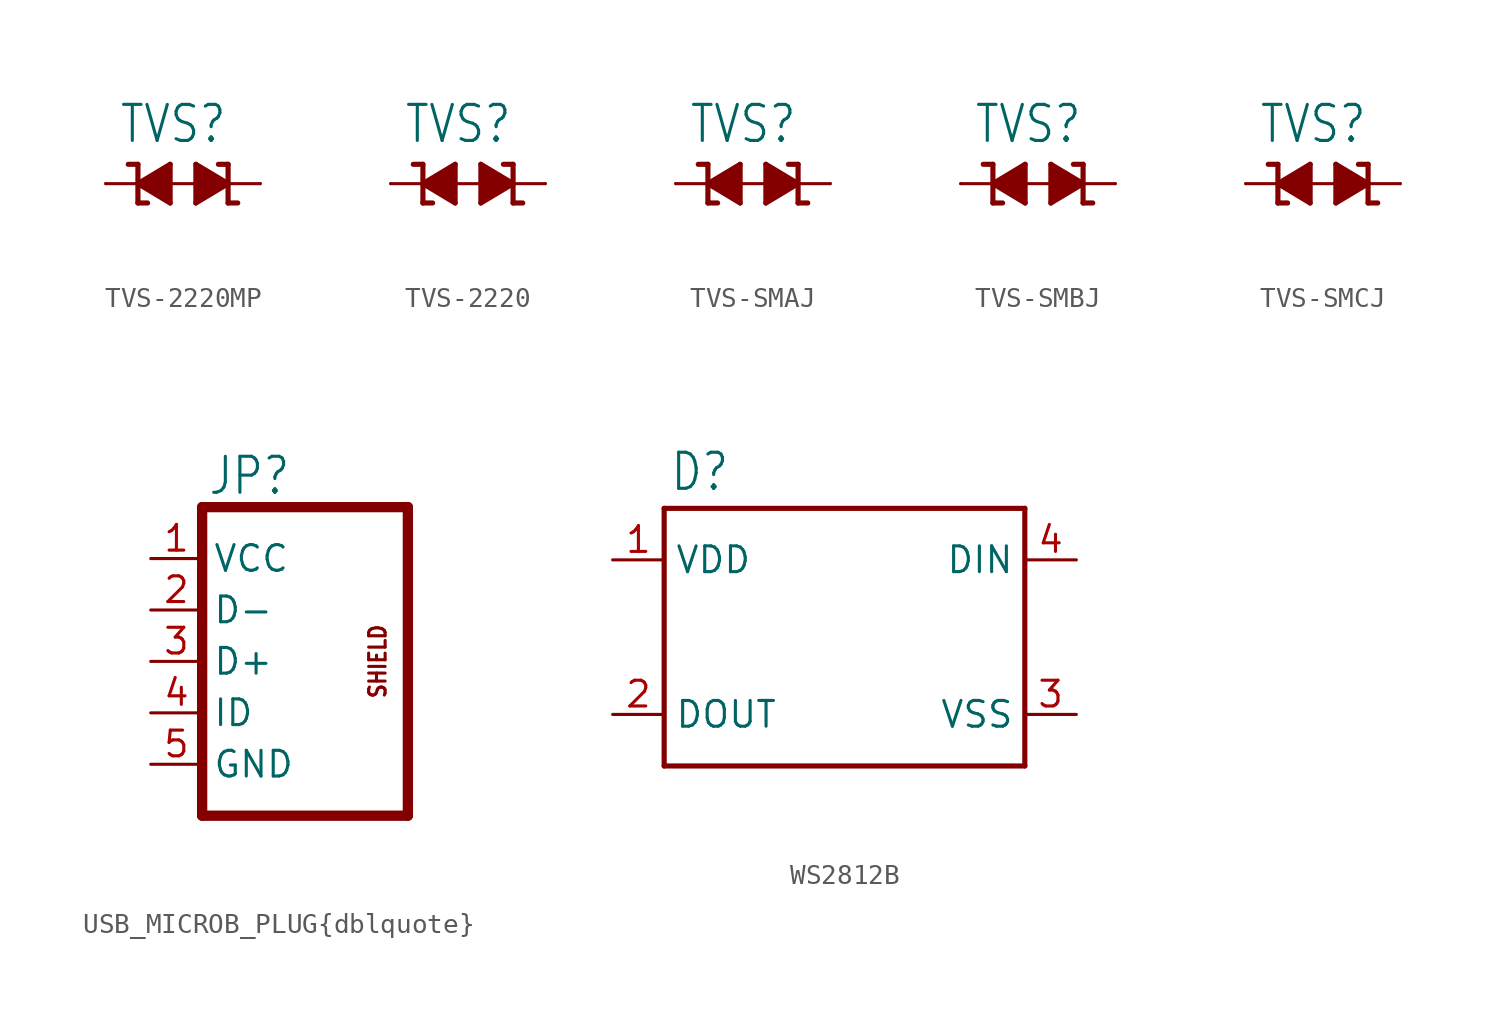
<source format=kicad_sym>
(kicad_symbol_lib
  (version 20231120)
  (generator "kicad_symbol_editor")
  (generator_version "8.0")
  (symbol "TVS-2220MP"
    (property "Reference" "TVS"
      (at -4.445 1.905 0)
      (effects (font (size 1.778 1.511)) (justify left bottom)))
    (property "Value" ""
      (at -4.445 -3.81 0)
      (effects (font (size 1.778 1.511)) (justify left bottom)))
    (property "ki_locked" ""
      (at 0 0 0)
      (effects (font (size 1.27 1.27))))
    (symbol "TVS-2220MP_1_0"
      (polyline (pts (xy -5.08 0) (xy 2.54 0)) (stroke (width 0.152) (type solid)) (fill (type none)))
      (polyline (pts (xy -3.493 -0.953) (xy -3.493 0)) (stroke (width 0.254) (type solid)) (fill (type none)))
      (polyline (pts (xy -3.493 0) (xy -3.493 0.953)) (stroke (width 0.254) (type solid)) (fill (type none)))
      (polyline (pts (xy -3.493 0) (xy -1.905 -0.953)) (stroke (width 0.254) (type solid)) (fill (type none)))
      (polyline (pts (xy -3.493 0.953) (xy -3.969 0.953)) (stroke (width 0.254) (type solid)) (fill (type none)))
      (polyline (pts (xy -3.016 -0.953) (xy -3.493 -0.953)) (stroke (width 0.254) (type solid)) (fill (type none)))
      (polyline (pts (xy -1.905 -0.953) (xy -1.905 0.953)) (stroke (width 0.254) (type solid)) (fill (type none)))
      (polyline (pts (xy -1.905 0.953) (xy -3.493 0)) (stroke (width 0.254) (type solid)) (fill (type none)))
      (polyline (pts (xy -0.635 -0.953) (xy 0.953 0)) (stroke (width 0.254) (type solid)) (fill (type none)))
      (polyline (pts (xy -0.635 0.953) (xy -0.635 -0.953)) (stroke (width 0.254) (type solid)) (fill (type none)))
      (polyline (pts (xy 0.476 0.953) (xy 0.953 0.953)) (stroke (width 0.254) (type solid)) (fill (type none)))
      (polyline (pts (xy 0.953 -0.953) (xy 1.429 -0.953)) (stroke (width 0.254) (type solid)) (fill (type none)))
      (polyline (pts (xy 0.953 0) (xy -0.635 0.953)) (stroke (width 0.254) (type solid)) (fill (type none)))
      (polyline (pts (xy 0.953 0) (xy 0.953 -0.953)) (stroke (width 0.254) (type solid)) (fill (type none)))
      (polyline (pts (xy 0.953 0.953) (xy 0.953 0)) (stroke (width 0.254) (type solid)) (fill (type none)))
      (polyline (pts (xy -1.905 -0.953) (xy -3.493 0) (xy -1.905 0.953)) (stroke (width 0.152) (type solid)) (fill (type outline)))
      (polyline (pts (xy -0.635 0.953) (xy 0.953 0) (xy -0.635 -0.953)) (stroke (width 0.152) (type solid)) (fill (type outline)))
      (pin passive line (at -5.08 0 0) (length 0) (name "1" (effects (font (size 0 0)))) (number "1" (effects (font (size 0 0)))))
      (pin passive line (at 2.54 0 180) (length 0) (name "2" (effects (font (size 0 0)))) (number "2" (effects (font (size 0 0)))))))
  (symbol "TVS-2220"
    (property "Reference" "TVS"
      (at -4.445 1.905 0)
      (effects (font (size 1.778 1.511)) (justify left bottom)))
    (property "Value" ""
      (at -4.445 -3.81 0)
      (effects (font (size 1.778 1.511)) (justify left bottom)))
    (property "ki_locked" ""
      (at 0 0 0)
      (effects (font (size 1.27 1.27))))
    (symbol "TVS-2220_1_0"
      (polyline (pts (xy -5.08 0) (xy 2.54 0)) (stroke (width 0.152) (type solid)) (fill (type none)))
      (polyline (pts (xy -3.493 -0.953) (xy -3.493 0)) (stroke (width 0.254) (type solid)) (fill (type none)))
      (polyline (pts (xy -3.493 0) (xy -3.493 0.953)) (stroke (width 0.254) (type solid)) (fill (type none)))
      (polyline (pts (xy -3.493 0) (xy -1.905 -0.953)) (stroke (width 0.254) (type solid)) (fill (type none)))
      (polyline (pts (xy -3.493 0.953) (xy -3.969 0.953)) (stroke (width 0.254) (type solid)) (fill (type none)))
      (polyline (pts (xy -3.016 -0.953) (xy -3.493 -0.953)) (stroke (width 0.254) (type solid)) (fill (type none)))
      (polyline (pts (xy -1.905 -0.953) (xy -1.905 0.953)) (stroke (width 0.254) (type solid)) (fill (type none)))
      (polyline (pts (xy -1.905 0.953) (xy -3.493 0)) (stroke (width 0.254) (type solid)) (fill (type none)))
      (polyline (pts (xy -0.635 -0.953) (xy 0.953 0)) (stroke (width 0.254) (type solid)) (fill (type none)))
      (polyline (pts (xy -0.635 0.953) (xy -0.635 -0.953)) (stroke (width 0.254) (type solid)) (fill (type none)))
      (polyline (pts (xy 0.476 0.953) (xy 0.953 0.953)) (stroke (width 0.254) (type solid)) (fill (type none)))
      (polyline (pts (xy 0.953 -0.953) (xy 1.429 -0.953)) (stroke (width 0.254) (type solid)) (fill (type none)))
      (polyline (pts (xy 0.953 0) (xy -0.635 0.953)) (stroke (width 0.254) (type solid)) (fill (type none)))
      (polyline (pts (xy 0.953 0) (xy 0.953 -0.953)) (stroke (width 0.254) (type solid)) (fill (type none)))
      (polyline (pts (xy 0.953 0.953) (xy 0.953 0)) (stroke (width 0.254) (type solid)) (fill (type none)))
      (polyline (pts (xy -1.905 -0.953) (xy -3.493 0) (xy -1.905 0.953)) (stroke (width 0.152) (type solid)) (fill (type outline)))
      (polyline (pts (xy -0.635 0.953) (xy 0.953 0) (xy -0.635 -0.953)) (stroke (width 0.152) (type solid)) (fill (type outline)))
      (pin passive line (at -5.08 0 0) (length 0) (name "1" (effects (font (size 0 0)))) (number "1" (effects (font (size 0 0)))))
      (pin passive line (at 2.54 0 180) (length 0) (name "2" (effects (font (size 0 0)))) (number "2" (effects (font (size 0 0)))))))
  (symbol "TVS-SMAJ"
    (property "Reference" "TVS"
      (at -4.445 1.905 0)
      (effects (font (size 1.778 1.511)) (justify left bottom)))
    (property "Value" ""
      (at -4.445 -3.81 0)
      (effects (font (size 1.778 1.511)) (justify left bottom)))
    (property "ki_locked" ""
      (at 0 0 0)
      (effects (font (size 1.27 1.27))))
    (symbol "TVS-SMAJ_1_0"
      (polyline (pts (xy -5.08 0) (xy 2.54 0)) (stroke (width 0.152) (type solid)) (fill (type none)))
      (polyline (pts (xy -3.493 -0.953) (xy -3.493 0)) (stroke (width 0.254) (type solid)) (fill (type none)))
      (polyline (pts (xy -3.493 0) (xy -3.493 0.953)) (stroke (width 0.254) (type solid)) (fill (type none)))
      (polyline (pts (xy -3.493 0) (xy -1.905 -0.953)) (stroke (width 0.254) (type solid)) (fill (type none)))
      (polyline (pts (xy -3.493 0.953) (xy -3.969 0.953)) (stroke (width 0.254) (type solid)) (fill (type none)))
      (polyline (pts (xy -3.016 -0.953) (xy -3.493 -0.953)) (stroke (width 0.254) (type solid)) (fill (type none)))
      (polyline (pts (xy -1.905 -0.953) (xy -1.905 0.953)) (stroke (width 0.254) (type solid)) (fill (type none)))
      (polyline (pts (xy -1.905 0.953) (xy -3.493 0)) (stroke (width 0.254) (type solid)) (fill (type none)))
      (polyline (pts (xy -0.635 -0.953) (xy 0.953 0)) (stroke (width 0.254) (type solid)) (fill (type none)))
      (polyline (pts (xy -0.635 0.953) (xy -0.635 -0.953)) (stroke (width 0.254) (type solid)) (fill (type none)))
      (polyline (pts (xy 0.476 0.953) (xy 0.953 0.953)) (stroke (width 0.254) (type solid)) (fill (type none)))
      (polyline (pts (xy 0.953 -0.953) (xy 1.429 -0.953)) (stroke (width 0.254) (type solid)) (fill (type none)))
      (polyline (pts (xy 0.953 0) (xy -0.635 0.953)) (stroke (width 0.254) (type solid)) (fill (type none)))
      (polyline (pts (xy 0.953 0) (xy 0.953 -0.953)) (stroke (width 0.254) (type solid)) (fill (type none)))
      (polyline (pts (xy 0.953 0.953) (xy 0.953 0)) (stroke (width 0.254) (type solid)) (fill (type none)))
      (polyline (pts (xy -1.905 -0.953) (xy -3.493 0) (xy -1.905 0.953)) (stroke (width 0.152) (type solid)) (fill (type outline)))
      (polyline (pts (xy -0.635 0.953) (xy 0.953 0) (xy -0.635 -0.953)) (stroke (width 0.152) (type solid)) (fill (type outline)))
      (pin passive line (at -5.08 0 0) (length 0) (name "1" (effects (font (size 0 0)))) (number "A" (effects (font (size 0 0)))))
      (pin passive line (at 2.54 0 180) (length 0) (name "2" (effects (font (size 0 0)))) (number "C" (effects (font (size 0 0)))))))
  (symbol "TVS-SMBJ"
    (property "Reference" "TVS"
      (at -4.445 1.905 0)
      (effects (font (size 1.778 1.511)) (justify left bottom)))
    (property "Value" ""
      (at -4.445 -3.81 0)
      (effects (font (size 1.778 1.511)) (justify left bottom)))
    (property "ki_locked" ""
      (at 0 0 0)
      (effects (font (size 1.27 1.27))))
    (symbol "TVS-SMBJ_1_0"
      (polyline (pts (xy -5.08 0) (xy 2.54 0)) (stroke (width 0.152) (type solid)) (fill (type none)))
      (polyline (pts (xy -3.493 -0.953) (xy -3.493 0)) (stroke (width 0.254) (type solid)) (fill (type none)))
      (polyline (pts (xy -3.493 0) (xy -3.493 0.953)) (stroke (width 0.254) (type solid)) (fill (type none)))
      (polyline (pts (xy -3.493 0) (xy -1.905 -0.953)) (stroke (width 0.254) (type solid)) (fill (type none)))
      (polyline (pts (xy -3.493 0.953) (xy -3.969 0.953)) (stroke (width 0.254) (type solid)) (fill (type none)))
      (polyline (pts (xy -3.016 -0.953) (xy -3.493 -0.953)) (stroke (width 0.254) (type solid)) (fill (type none)))
      (polyline (pts (xy -1.905 -0.953) (xy -1.905 0.953)) (stroke (width 0.254) (type solid)) (fill (type none)))
      (polyline (pts (xy -1.905 0.953) (xy -3.493 0)) (stroke (width 0.254) (type solid)) (fill (type none)))
      (polyline (pts (xy -0.635 -0.953) (xy 0.953 0)) (stroke (width 0.254) (type solid)) (fill (type none)))
      (polyline (pts (xy -0.635 0.953) (xy -0.635 -0.953)) (stroke (width 0.254) (type solid)) (fill (type none)))
      (polyline (pts (xy 0.476 0.953) (xy 0.953 0.953)) (stroke (width 0.254) (type solid)) (fill (type none)))
      (polyline (pts (xy 0.953 -0.953) (xy 1.429 -0.953)) (stroke (width 0.254) (type solid)) (fill (type none)))
      (polyline (pts (xy 0.953 0) (xy -0.635 0.953)) (stroke (width 0.254) (type solid)) (fill (type none)))
      (polyline (pts (xy 0.953 0) (xy 0.953 -0.953)) (stroke (width 0.254) (type solid)) (fill (type none)))
      (polyline (pts (xy 0.953 0.953) (xy 0.953 0)) (stroke (width 0.254) (type solid)) (fill (type none)))
      (polyline (pts (xy -1.905 -0.953) (xy -3.493 0) (xy -1.905 0.953)) (stroke (width 0.152) (type solid)) (fill (type outline)))
      (polyline (pts (xy -0.635 0.953) (xy 0.953 0) (xy -0.635 -0.953)) (stroke (width 0.152) (type solid)) (fill (type outline)))
      (pin passive line (at -5.08 0 0) (length 0) (name "1" (effects (font (size 0 0)))) (number "A" (effects (font (size 0 0)))))
      (pin passive line (at 2.54 0 180) (length 0) (name "2" (effects (font (size 0 0)))) (number "C" (effects (font (size 0 0)))))))
  (symbol "TVS-SMCJ"
    (property "Reference" "TVS"
      (at -4.445 1.905 0)
      (effects (font (size 1.778 1.511)) (justify left bottom)))
    (property "Value" ""
      (at -4.445 -3.81 0)
      (effects (font (size 1.778 1.511)) (justify left bottom)))
    (property "ki_locked" ""
      (at 0 0 0)
      (effects (font (size 1.27 1.27))))
    (symbol "TVS-SMCJ_1_0"
      (polyline (pts (xy -5.08 0) (xy 2.54 0)) (stroke (width 0.152) (type solid)) (fill (type none)))
      (polyline (pts (xy -3.493 -0.953) (xy -3.493 0)) (stroke (width 0.254) (type solid)) (fill (type none)))
      (polyline (pts (xy -3.493 0) (xy -3.493 0.953)) (stroke (width 0.254) (type solid)) (fill (type none)))
      (polyline (pts (xy -3.493 0) (xy -1.905 -0.953)) (stroke (width 0.254) (type solid)) (fill (type none)))
      (polyline (pts (xy -3.493 0.953) (xy -3.969 0.953)) (stroke (width 0.254) (type solid)) (fill (type none)))
      (polyline (pts (xy -3.016 -0.953) (xy -3.493 -0.953)) (stroke (width 0.254) (type solid)) (fill (type none)))
      (polyline (pts (xy -1.905 -0.953) (xy -1.905 0.953)) (stroke (width 0.254) (type solid)) (fill (type none)))
      (polyline (pts (xy -1.905 0.953) (xy -3.493 0)) (stroke (width 0.254) (type solid)) (fill (type none)))
      (polyline (pts (xy -0.635 -0.953) (xy 0.953 0)) (stroke (width 0.254) (type solid)) (fill (type none)))
      (polyline (pts (xy -0.635 0.953) (xy -0.635 -0.953)) (stroke (width 0.254) (type solid)) (fill (type none)))
      (polyline (pts (xy 0.476 0.953) (xy 0.953 0.953)) (stroke (width 0.254) (type solid)) (fill (type none)))
      (polyline (pts (xy 0.953 -0.953) (xy 1.429 -0.953)) (stroke (width 0.254) (type solid)) (fill (type none)))
      (polyline (pts (xy 0.953 0) (xy -0.635 0.953)) (stroke (width 0.254) (type solid)) (fill (type none)))
      (polyline (pts (xy 0.953 0) (xy 0.953 -0.953)) (stroke (width 0.254) (type solid)) (fill (type none)))
      (polyline (pts (xy 0.953 0.953) (xy 0.953 0)) (stroke (width 0.254) (type solid)) (fill (type none)))
      (polyline (pts (xy -1.905 -0.953) (xy -3.493 0) (xy -1.905 0.953)) (stroke (width 0.152) (type solid)) (fill (type outline)))
      (polyline (pts (xy -0.635 0.953) (xy 0.953 0) (xy -0.635 -0.953)) (stroke (width 0.152) (type solid)) (fill (type outline)))
      (pin passive line (at -5.08 0 0) (length 0) (name "1" (effects (font (size 0 0)))) (number "A" (effects (font (size 0 0)))))
      (pin passive line (at 2.54 0 180) (length 0) (name "2" (effects (font (size 0 0)))) (number "C" (effects (font (size 0 0)))))))
  (symbol "USB_MICROB_PLUG{dblquote}"
    (property "Reference" "JP"
      (at -4.826 8.128 0)
      (effects (font (size 1.778 1.511)) (justify left bottom)))
    (property "Value" ""
      (at -5.08 -9.906 0)
      (effects (font (size 1.778 1.511)) (justify left bottom)))
    (property "ki_locked" ""
      (at 0 0 0)
      (effects (font (size 1.27 1.27))))
    (symbol "USB_MICROB_PLUG{dblquote}_1_0"
      (polyline (pts (xy -5.08 -7.62) (xy 5.08 -7.62)) (stroke (width 0.508) (type solid)) (fill (type none)))
      (polyline (pts (xy -5.08 7.62) (xy -5.08 -7.62)) (stroke (width 0.508) (type solid)) (fill (type none)))
      (polyline (pts (xy 5.08 -7.62) (xy 5.08 7.62)) (stroke (width 0.508) (type solid)) (fill (type none)))
      (polyline (pts (xy 5.08 7.62) (xy -5.08 7.62)) (stroke (width 0.508) (type solid)) (fill (type none)))
      (text "SHIELD" (at 4.064 0 900) (effects (font (size 0.813 0.691)) (justify bottom)))
      (pin bidirectional line (at -7.62 5.08 0) (length 2.54) (name "VCC" (effects (font (size 1.27 1.27)))) (number "1" (effects (font (size 1.27 1.27)))))
      (pin bidirectional line (at -7.62 2.54 0) (length 2.54) (name "D-" (effects (font (size 1.27 1.27)))) (number "2" (effects (font (size 1.27 1.27)))))
      (pin bidirectional line (at -7.62 0 0) (length 2.54) (name "D+" (effects (font (size 1.27 1.27)))) (number "3" (effects (font (size 1.27 1.27)))))
      (pin bidirectional line (at -7.62 -2.54 0) (length 2.54) (name "ID" (effects (font (size 1.27 1.27)))) (number "4" (effects (font (size 1.27 1.27)))))
      (pin bidirectional line (at -7.62 -5.08 0) (length 2.54) (name "GND" (effects (font (size 1.27 1.27)))) (number "5" (effects (font (size 1.27 1.27)))))))
  (symbol "WS2812B"
    (property "Reference" "D"
      (at -2.286 8.382 0)
      (effects (font (size 1.778 1.511)) (justify left bottom)))
    (property "Value" ""
      (at -2.54 -7.62 0)
      (effects (font (size 1.778 1.511)) (justify left bottom)))
    (property "ki_locked" ""
      (at 0 0 0)
      (effects (font (size 1.27 1.27))))
    (symbol "WS2812B_1_0"
      (polyline (pts (xy -2.54 -5.08) (xy 15.24 -5.08)) (stroke (width 0.254) (type solid)) (fill (type none)))
      (polyline (pts (xy -2.54 7.62) (xy -2.54 -5.08)) (stroke (width 0.254) (type solid)) (fill (type none)))
      (polyline (pts (xy 15.24 -5.08) (xy 15.24 7.62)) (stroke (width 0.254) (type solid)) (fill (type none)))
      (polyline (pts (xy 15.24 7.62) (xy -2.54 7.62)) (stroke (width 0.254) (type solid)) (fill (type none)))
      (pin power_in line (at -5.08 5.08 0) (length 2.54) (name "VDD" (effects (font (size 1.27 1.27)))) (number "1" (effects (font (size 1.27 1.27)))))
      (pin output line (at -5.08 -2.54 0) (length 2.54) (name "DOUT" (effects (font (size 1.27 1.27)))) (number "2" (effects (font (size 1.27 1.27)))))
      (pin power_in line (at 17.78 -2.54 180) (length 2.54) (name "VSS" (effects (font (size 1.27 1.27)))) (number "3" (effects (font (size 1.27 1.27)))))
      (pin input line (at 17.78 5.08 180) (length 2.54) (name "DIN" (effects (font (size 1.27 1.27)))) (number "4" (effects (font (size 1.27 1.27))))))))
</source>
